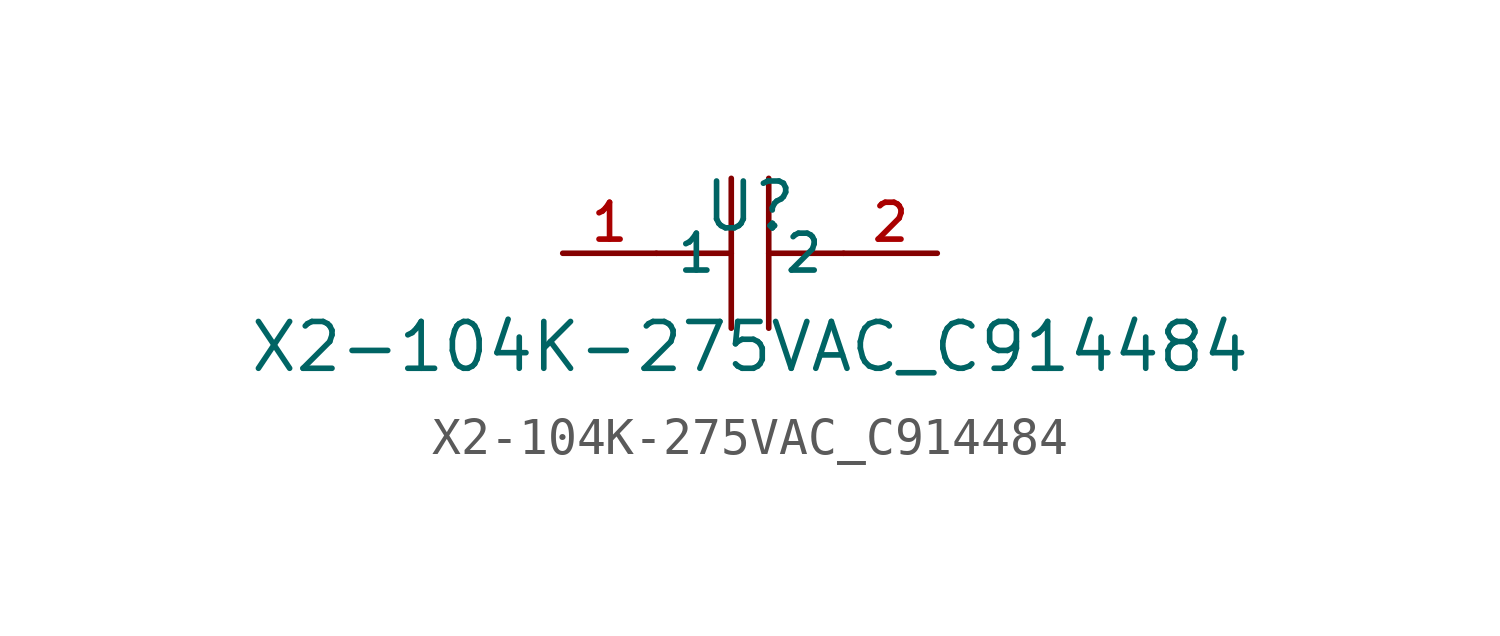
<source format=kicad_sym>
(kicad_symbol_lib
  (version 20210201)
  (generator TousstNicolas/JLC2KiCad_lib)
  (symbol "X2-104K-275VAC_C914484"
    (property "Reference" "U"
      (at 0 1.27 0)
      (effects (font (size 1.27 1.27))))
    (property "Value" "X2-104K-275VAC_C914484"
      (at 0 -2.54 0)
      (effects (font (size 1.27 1.27))))
    (symbol "X2-104K-275VAC_C914484_0_1"
      (polyline (pts (xy -0.508 -2.032) (xy -0.508 2.032)) (stroke (width 0) (type default) (color 0 0 0 0)) (fill (type none)))
      (pin unspecified line (at -5.08 -0.0 0) (length 2.54) (name "1" (effects (font (size 1 1)))) (number "1" (effects (font (size 1 1)))))
      (polyline (pts (xy 2.54 -0.0) (xy 0.508 -0.0)) (stroke (width 0) (type default) (color 0 0 0 0)) (fill (type none)))
      (polyline (pts (xy 0.508 2.032) (xy 0.508 -2.032)) (stroke (width 0) (type default) (color 0 0 0 0)) (fill (type none)))
      (pin unspecified line (at 5.08 -0.0 180) (length 2.54) (name "2" (effects (font (size 1 1)))) (number "2" (effects (font (size 1 1)))))
      (polyline (pts (xy -0.508 -0.0) (xy -2.54 -0.0)) (stroke (width 0) (type default) (color 0 0 0 0)) (fill (type none))))))
</source>
